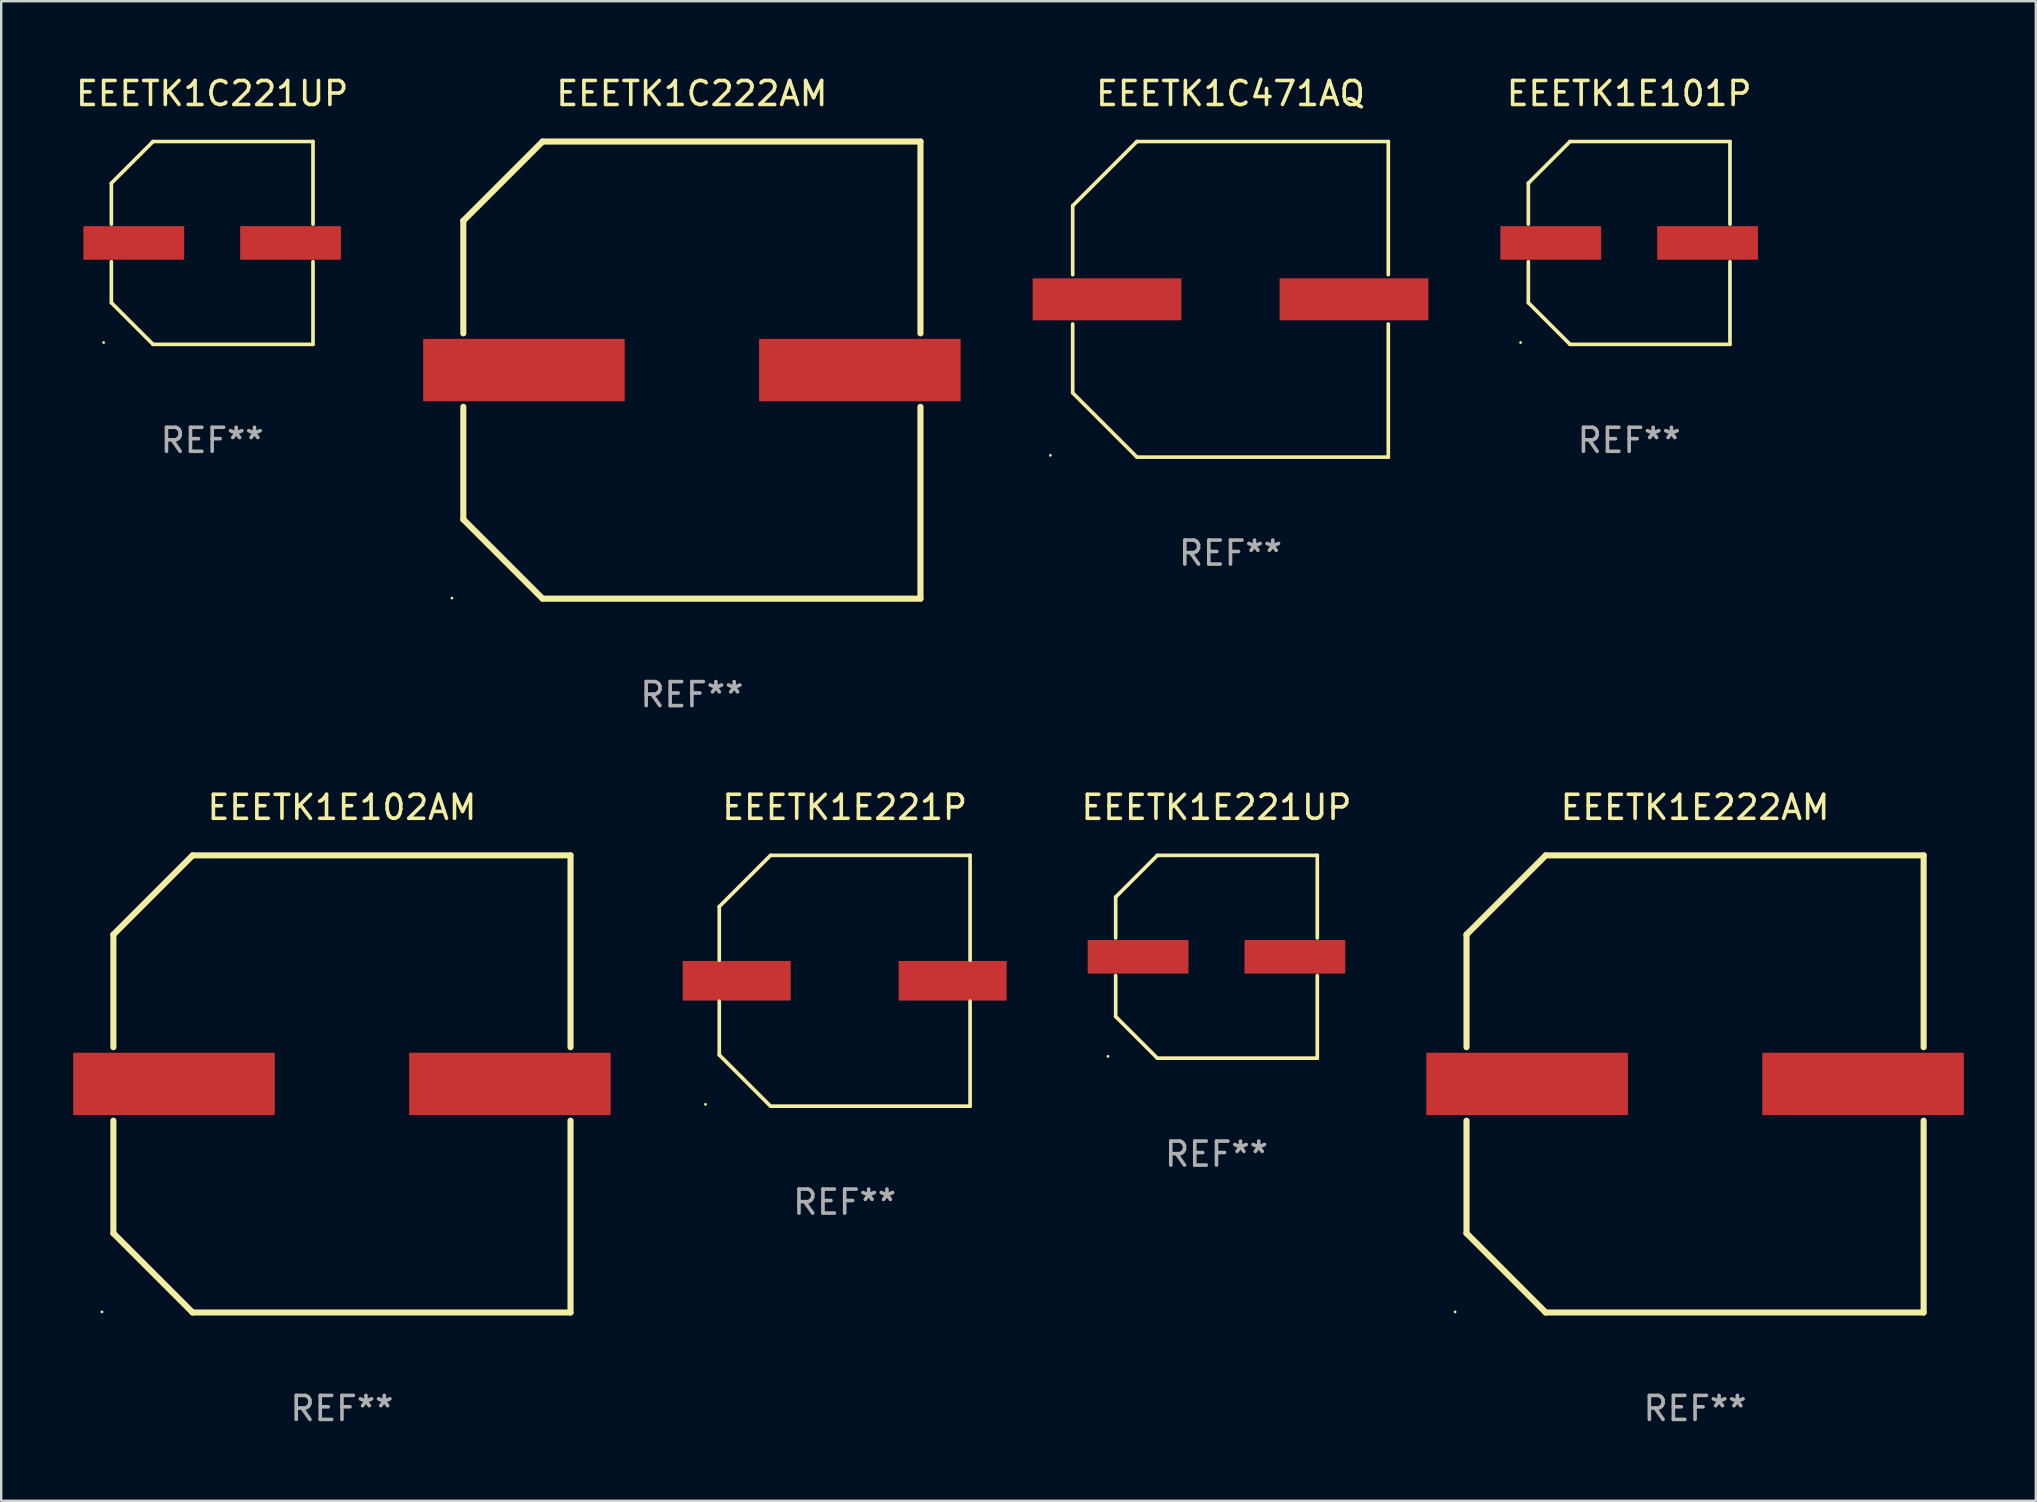
<source format=kicad_pcb>
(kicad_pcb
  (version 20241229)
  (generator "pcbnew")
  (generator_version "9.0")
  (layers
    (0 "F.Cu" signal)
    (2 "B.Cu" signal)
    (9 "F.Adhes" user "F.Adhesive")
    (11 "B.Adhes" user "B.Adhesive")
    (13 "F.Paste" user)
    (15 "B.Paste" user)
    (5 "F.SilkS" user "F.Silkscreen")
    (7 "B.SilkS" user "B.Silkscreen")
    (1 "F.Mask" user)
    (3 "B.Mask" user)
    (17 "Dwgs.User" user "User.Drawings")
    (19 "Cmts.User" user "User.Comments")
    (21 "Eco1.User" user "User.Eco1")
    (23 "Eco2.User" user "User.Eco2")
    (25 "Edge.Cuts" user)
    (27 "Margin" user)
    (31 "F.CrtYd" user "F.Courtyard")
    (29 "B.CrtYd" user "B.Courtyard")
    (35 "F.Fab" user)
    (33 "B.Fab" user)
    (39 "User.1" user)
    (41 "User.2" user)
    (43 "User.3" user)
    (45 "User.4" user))
  (footprint "EEETK1E222AM"
    (layer "F.Cu")
    (at 67.588 42.12)
    (property "Reference" "EEETK1E222AM" (at 0 -11.525 0) (layer "F.SilkS") (effects (font (size 1 1) (thickness 0.15))))
    (attr through_hole)
    (fp_line (start -9.525 -6.223) (end -9.525 -1.531) (stroke (width 0.254) (type solid)) (layer "F.SilkS"))
    (fp_line (start -9.525 1.531) (end -9.525 6.223) (stroke (width 0.254) (type solid)) (layer "F.SilkS"))
    (fp_line (start -9.525 6.223) (end -6.223 9.525) (stroke (width 0.254) (type solid)) (layer "F.SilkS"))
    (fp_line (start -6.223 -9.525) (end -9.525 -6.223) (stroke (width 0.254) (type solid)) (layer "F.SilkS"))
    (fp_line (start -6.223 9.525) (end 9.525 9.525) (stroke (width 0.254) (type solid)) (layer "F.SilkS"))
    (fp_line (start 9.525 -9.525) (end -6.223 -9.525) (stroke (width 0.254) (type solid)) (layer "F.SilkS"))
    (fp_line (start 9.525 -1.531) (end 9.525 -9.525) (stroke (width 0.254) (type solid)) (layer "F.SilkS"))
    (fp_line (start 9.525 9.525) (end 9.525 1.531) (stroke (width 0.254) (type solid)) (layer "F.SilkS"))
    (fp_circle (center -10 9.5) (end -9.97 9.5) (stroke (width 0.06) (type solid)) (fill no) (layer "F.SilkS"))
    (fp_text user "REF**" (at 0 13.525 0) (layer "F.Fab") (effects (font (size 1 1) (thickness 0.15))))
    (pad "1" smd rect (at -7 0) (size 8.4 2.6) (layers "F.Cu" "F.Mask" "F.Paste"))
    (pad "2" smd rect (at 7 0) (size 8.4 2.6) (layers "F.Cu" "F.Mask" "F.Paste")))
  (footprint "EEETK1C222AM"
    (layer "F.Cu")
    (at 25.783 12.373)
    (property "Reference" "EEETK1C222AM" (at 0 -11.525 0) (layer "F.SilkS") (effects (font (size 1 1) (thickness 0.15))))
    (attr through_hole)
    (fp_line (start -9.525 -6.223) (end -9.525 -1.531) (stroke (width 0.254) (type solid)) (layer "F.SilkS"))
    (fp_line (start -9.525 1.531) (end -9.525 6.223) (stroke (width 0.254) (type solid)) (layer "F.SilkS"))
    (fp_line (start -9.525 6.223) (end -6.223 9.525) (stroke (width 0.254) (type solid)) (layer "F.SilkS"))
    (fp_line (start -6.223 -9.525) (end -9.525 -6.223) (stroke (width 0.254) (type solid)) (layer "F.SilkS"))
    (fp_line (start -6.223 9.525) (end 9.525 9.525) (stroke (width 0.254) (type solid)) (layer "F.SilkS"))
    (fp_line (start 9.525 -9.525) (end -6.223 -9.525) (stroke (width 0.254) (type solid)) (layer "F.SilkS"))
    (fp_line (start 9.525 -1.531) (end 9.525 -9.525) (stroke (width 0.254) (type solid)) (layer "F.SilkS"))
    (fp_line (start 9.525 9.525) (end 9.525 1.531) (stroke (width 0.254) (type solid)) (layer "F.SilkS"))
    (fp_circle (center -10 9.5) (end -9.97 9.5) (stroke (width 0.06) (type solid)) (fill no) (layer "F.SilkS"))
    (fp_text user "REF**" (at 0 13.525 0) (layer "F.Fab") (effects (font (size 1 1) (thickness 0.15))))
    (pad "1" smd rect (at -7 0) (size 8.4 2.6) (layers "F.Cu" "F.Mask" "F.Paste"))
    (pad "2" smd rect (at 7 0) (size 8.4 2.6) (layers "F.Cu" "F.Mask" "F.Paste")))
  (footprint "EEETK1C471AQ"
    (layer "F.Cu")
    (at 48.228 9.424)
    (property "Reference" "EEETK1C471AQ" (at 0 -8.576 0) (layer "F.SilkS") (effects (font (size 1 1) (thickness 0.15))))
    (attr through_hole)
    (fp_line (start -6.576 -3.9) (end -6.576 -1.027) (stroke (width 0.152) (type solid)) (layer "F.SilkS"))
    (fp_line (start -6.576 3.9) (end -6.576 1.027) (stroke (width 0.152) (type solid)) (layer "F.SilkS"))
    (fp_line (start -3.9 -6.576) (end -6.576 -3.9) (stroke (width 0.152) (type solid)) (layer "F.SilkS"))
    (fp_line (start -3.9 6.576) (end -6.576 3.9) (stroke (width 0.152) (type solid)) (layer "F.SilkS"))
    (fp_line (start 6.576 -6.576) (end -3.9 -6.576) (stroke (width 0.152) (type solid)) (layer "F.SilkS"))
    (fp_line (start 6.576 -1.027) (end 6.576 -6.576) (stroke (width 0.152) (type solid)) (layer "F.SilkS"))
    (fp_line (start 6.576 1.027) (end 6.576 6.576) (stroke (width 0.152) (type solid)) (layer "F.SilkS"))
    (fp_line (start 6.576 6.576) (end -3.9 6.576) (stroke (width 0.152) (type solid)) (layer "F.SilkS"))
    (fp_circle (center -7.506 6.5) (end -7.476 6.5) (stroke (width 0.06) (type solid)) (fill no) (layer "F.SilkS"))
    (fp_text user "REF**" (at 0 10.576 0) (layer "F.Fab") (effects (font (size 1 1) (thickness 0.15))))
    (pad "1" smd rect (at -5.145 0) (size 6.2 1.75) (layers "F.Cu" "F.Mask" "F.Paste"))
    (pad "2" smd rect (at 5.145 0) (size 6.2 1.75) (layers "F.Cu" "F.Mask" "F.Paste")))
  (footprint "EEETK1C221UP"
    (layer "F.Cu")
    (at 5.792 7.074)
    (property "Reference" "EEETK1C221UP" (at 0 -6.226 0) (layer "F.SilkS") (effects (font (size 1 1) (thickness 0.15))))
    (attr through_hole)
    (fp_line (start -4.201 -2.49) (end -4.201 -0.782) (stroke (width 0.152) (type solid)) (layer "F.SilkS"))
    (fp_line (start -4.201 2.49) (end -4.201 0.782) (stroke (width 0.152) (type solid)) (layer "F.SilkS"))
    (fp_line (start -2.465 -4.226) (end -4.201 -2.49) (stroke (width 0.152) (type solid)) (layer "F.SilkS"))
    (fp_line (start -2.465 4.226) (end -4.201 2.49) (stroke (width 0.152) (type solid)) (layer "F.SilkS"))
    (fp_line (start 4.201 -4.226) (end -2.465 -4.226) (stroke (width 0.152) (type solid)) (layer "F.SilkS"))
    (fp_line (start 4.201 -0.782) (end 4.201 -4.226) (stroke (width 0.152) (type solid)) (layer "F.SilkS"))
    (fp_line (start 4.201 0.782) (end 4.201 4.226) (stroke (width 0.152) (type solid)) (layer "F.SilkS"))
    (fp_line (start 4.201 4.226) (end -2.465 4.226) (stroke (width 0.152) (type solid)) (layer "F.SilkS"))
    (fp_circle (center -4.524 4.15) (end -4.494 4.15) (stroke (width 0.06) (type solid)) (fill no) (layer "F.SilkS"))
    (fp_text user "REF**" (at 0 8.226 0) (layer "F.Fab") (effects (font (size 1 1) (thickness 0.15))))
    (pad "1" smd rect (at -3.267 0) (size 4.2 1.4) (layers "F.Cu" "F.Mask" "F.Paste"))
    (pad "2" smd rect (at 3.267 0) (size 4.2 1.4) (layers "F.Cu" "F.Mask" "F.Paste")))
  (footprint "EEETK1E221UP"
    (layer "F.Cu")
    (at 47.644 36.821)
    (property "Reference" "EEETK1E221UP" (at 0 -6.226 0) (layer "F.SilkS") (effects (font (size 1 1) (thickness 0.15))))
    (attr through_hole)
    (fp_line (start -4.201 -2.49) (end -4.201 -0.782) (stroke (width 0.152) (type solid)) (layer "F.SilkS"))
    (fp_line (start -4.201 2.49) (end -4.201 0.782) (stroke (width 0.152) (type solid)) (layer "F.SilkS"))
    (fp_line (start -2.465 -4.226) (end -4.201 -2.49) (stroke (width 0.152) (type solid)) (layer "F.SilkS"))
    (fp_line (start -2.465 4.226) (end -4.201 2.49) (stroke (width 0.152) (type solid)) (layer "F.SilkS"))
    (fp_line (start 4.201 -4.226) (end -2.465 -4.226) (stroke (width 0.152) (type solid)) (layer "F.SilkS"))
    (fp_line (start 4.201 -0.782) (end 4.201 -4.226) (stroke (width 0.152) (type solid)) (layer "F.SilkS"))
    (fp_line (start 4.201 0.782) (end 4.201 4.226) (stroke (width 0.152) (type solid)) (layer "F.SilkS"))
    (fp_line (start 4.201 4.226) (end -2.465 4.226) (stroke (width 0.152) (type solid)) (layer "F.SilkS"))
    (fp_circle (center -4.524 4.15) (end -4.494 4.15) (stroke (width 0.06) (type solid)) (fill no) (layer "F.SilkS"))
    (fp_text user "REF**" (at 0 8.226 0) (layer "F.Fab") (effects (font (size 1 1) (thickness 0.15))))
    (pad "1" smd rect (at -3.267 0) (size 4.2 1.4) (layers "F.Cu" "F.Mask" "F.Paste"))
    (pad "2" smd rect (at 3.267 0) (size 4.2 1.4) (layers "F.Cu" "F.Mask" "F.Paste")))
  (footprint "EEETK1E221P"
    (layer "F.Cu")
    (at 32.15 37.821)
    (property "Reference" "EEETK1E221P" (at 0 -7.226 0) (layer "F.SilkS") (effects (font (size 1 1) (thickness 0.15))))
    (attr through_hole)
    (fp_line (start -5.226 -3.09) (end -5.226 -0.852) (stroke (width 0.152) (type solid)) (layer "F.SilkS"))
    (fp_line (start -5.226 3.09) (end -5.226 0.852) (stroke (width 0.152) (type solid)) (layer "F.SilkS"))
    (fp_line (start -3.09 -5.226) (end -5.226 -3.09) (stroke (width 0.152) (type solid)) (layer "F.SilkS"))
    (fp_line (start -3.09 5.226) (end -5.226 3.09) (stroke (width 0.152) (type solid)) (layer "F.SilkS"))
    (fp_line (start 5.226 -5.226) (end -3.09 -5.226) (stroke (width 0.152) (type solid)) (layer "F.SilkS"))
    (fp_line (start 5.226 -0.852) (end 5.226 -5.226) (stroke (width 0.152) (type solid)) (layer "F.SilkS"))
    (fp_line (start 5.226 0.852) (end 5.226 5.226) (stroke (width 0.152) (type solid)) (layer "F.SilkS"))
    (fp_line (start 5.226 5.226) (end -3.09 5.226) (stroke (width 0.152) (type solid)) (layer "F.SilkS"))
    (fp_circle (center -5.8 5.15) (end -5.77 5.15) (stroke (width 0.06) (type solid)) (fill no) (layer "F.SilkS"))
    (fp_text user "REF**" (at 0 9.226 0) (layer "F.Fab") (effects (font (size 1 1) (thickness 0.15))))
    (pad "1" smd rect (at -4.5 0) (size 4.5 1.65) (layers "F.Cu" "F.Mask" "F.Paste"))
    (pad "2" smd rect (at 4.5 0) (size 4.5 1.65) (layers "F.Cu" "F.Mask" "F.Paste")))
  (footprint "EEETK1E101P"
    (layer "F.Cu")
    (at 64.841 7.074)
    (property "Reference" "EEETK1E101P" (at 0 -6.226 0) (layer "F.SilkS") (effects (font (size 1 1) (thickness 0.15))))
    (attr through_hole)
    (fp_line (start -4.201 -2.49) (end -4.201 -0.782) (stroke (width 0.152) (type solid)) (layer "F.SilkS"))
    (fp_line (start -4.201 2.49) (end -4.201 0.782) (stroke (width 0.152) (type solid)) (layer "F.SilkS"))
    (fp_line (start -2.465 -4.226) (end -4.201 -2.49) (stroke (width 0.152) (type solid)) (layer "F.SilkS"))
    (fp_line (start -2.465 4.226) (end -4.201 2.49) (stroke (width 0.152) (type solid)) (layer "F.SilkS"))
    (fp_line (start 4.201 -4.226) (end -2.465 -4.226) (stroke (width 0.152) (type solid)) (layer "F.SilkS"))
    (fp_line (start 4.201 -0.782) (end 4.201 -4.226) (stroke (width 0.152) (type solid)) (layer "F.SilkS"))
    (fp_line (start 4.201 0.782) (end 4.201 4.226) (stroke (width 0.152) (type solid)) (layer "F.SilkS"))
    (fp_line (start 4.201 4.226) (end -2.465 4.226) (stroke (width 0.152) (type solid)) (layer "F.SilkS"))
    (fp_circle (center -4.524 4.15) (end -4.494 4.15) (stroke (width 0.06) (type solid)) (fill no) (layer "F.SilkS"))
    (fp_text user "REF**" (at 0 8.226 0) (layer "F.Fab") (effects (font (size 1 1) (thickness 0.15))))
    (pad "1" smd rect (at -3.267 0) (size 4.2 1.4) (layers "F.Cu" "F.Mask" "F.Paste"))
    (pad "2" smd rect (at 3.267 0) (size 4.2 1.4) (layers "F.Cu" "F.Mask" "F.Paste")))
  (footprint "EEETK1E102AM"
    (layer "F.Cu")
    (at 11.2 42.12)
    (property "Reference" "EEETK1E102AM" (at 0 -11.525 0) (layer "F.SilkS") (effects (font (size 1 1) (thickness 0.15))))
    (attr through_hole)
    (fp_line (start -9.525 -6.223) (end -9.525 -1.531) (stroke (width 0.254) (type solid)) (layer "F.SilkS"))
    (fp_line (start -9.525 1.531) (end -9.525 6.223) (stroke (width 0.254) (type solid)) (layer "F.SilkS"))
    (fp_line (start -9.525 6.223) (end -6.223 9.525) (stroke (width 0.254) (type solid)) (layer "F.SilkS"))
    (fp_line (start -6.223 -9.525) (end -9.525 -6.223) (stroke (width 0.254) (type solid)) (layer "F.SilkS"))
    (fp_line (start -6.223 9.525) (end 9.525 9.525) (stroke (width 0.254) (type solid)) (layer "F.SilkS"))
    (fp_line (start 9.525 -9.525) (end -6.223 -9.525) (stroke (width 0.254) (type solid)) (layer "F.SilkS"))
    (fp_line (start 9.525 -1.531) (end 9.525 -9.525) (stroke (width 0.254) (type solid)) (layer "F.SilkS"))
    (fp_line (start 9.525 9.525) (end 9.525 1.531) (stroke (width 0.254) (type solid)) (layer "F.SilkS"))
    (fp_circle (center -10 9.5) (end -9.97 9.5) (stroke (width 0.06) (type solid)) (fill no) (layer "F.SilkS"))
    (fp_text user "REF**" (at 0 13.525 0) (layer "F.Fab") (effects (font (size 1 1) (thickness 0.15))))
    (pad "1" smd rect (at -7 0) (size 8.4 2.6) (layers "F.Cu" "F.Mask" "F.Paste"))
    (pad "2" smd rect (at 7 0) (size 8.4 2.6) (layers "F.Cu" "F.Mask" "F.Paste")))
  (gr_rect
    (start -3 -3)
    (end 81.788 59.493)
    (stroke (width 0.1) (type default))
    (fill no)
    (layer "Edge.Cuts")))
</source>
